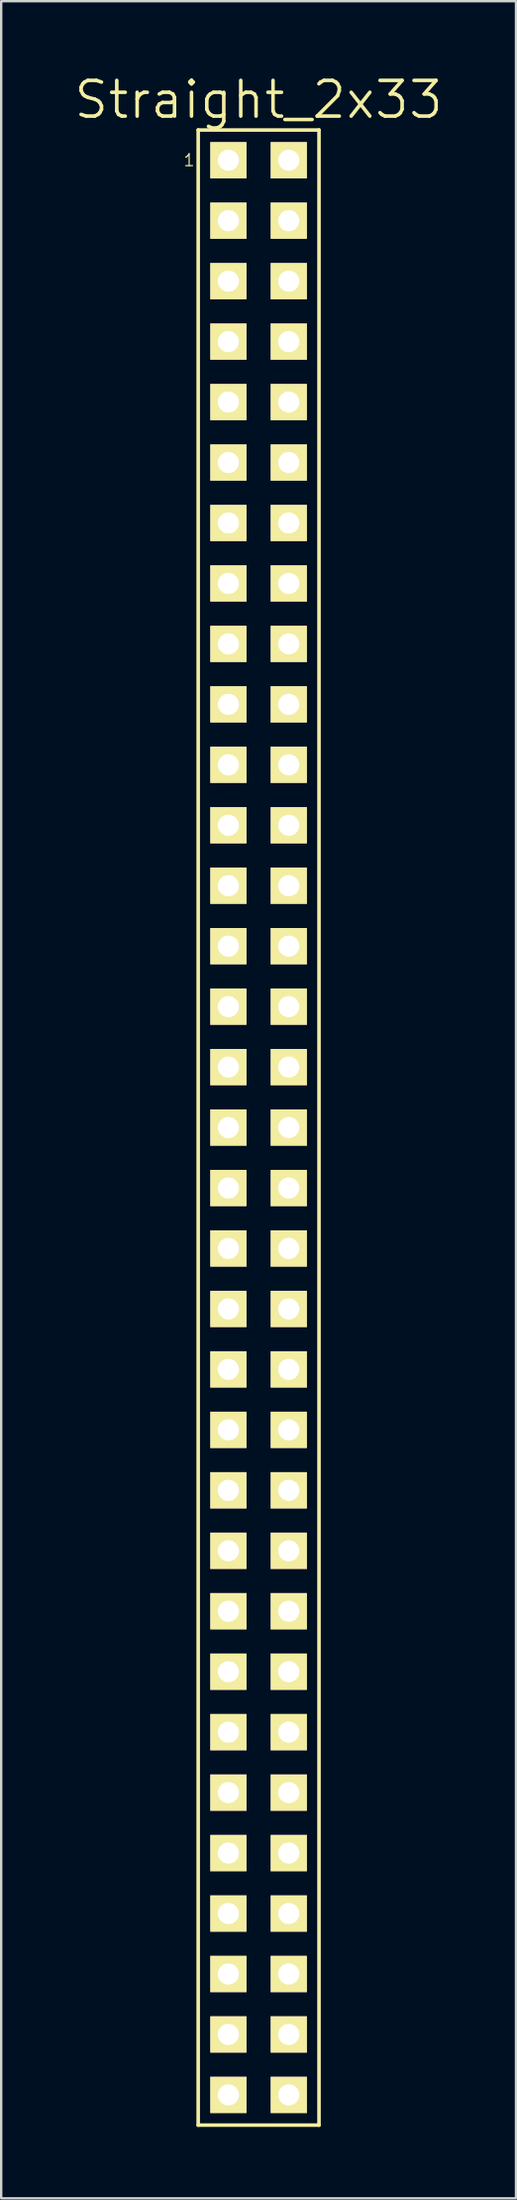
<source format=kicad_pcb>
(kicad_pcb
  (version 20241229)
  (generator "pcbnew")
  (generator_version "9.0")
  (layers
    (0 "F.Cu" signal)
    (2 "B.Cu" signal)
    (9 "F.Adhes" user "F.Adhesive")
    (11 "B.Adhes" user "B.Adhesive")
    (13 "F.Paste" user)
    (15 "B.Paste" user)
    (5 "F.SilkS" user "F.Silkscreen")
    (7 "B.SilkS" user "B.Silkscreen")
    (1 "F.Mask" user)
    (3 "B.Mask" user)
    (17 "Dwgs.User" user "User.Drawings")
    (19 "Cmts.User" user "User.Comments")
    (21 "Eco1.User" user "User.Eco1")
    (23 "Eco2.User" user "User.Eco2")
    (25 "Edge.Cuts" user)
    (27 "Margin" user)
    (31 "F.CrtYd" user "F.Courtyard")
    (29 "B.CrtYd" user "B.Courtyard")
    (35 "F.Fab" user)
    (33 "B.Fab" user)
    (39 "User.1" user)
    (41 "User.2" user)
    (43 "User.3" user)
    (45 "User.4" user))
  (footprint "Straight_2x33"
    (layer "F.Cu")
    (at 7.825 44.321)
    (property "Reference" "Straight_2x33" (at 0 -43.18 0) (layer "F.SilkS") (effects (font (size 1.5 1.5) (thickness 0.15))))
    (attr through_hole)
    (fp_line (start -2.54 -41.91) (end 2.54 -41.91) (stroke (width 0.15) (type solid)) (layer "F.SilkS"))
    (fp_line (start -2.54 41.91) (end -2.54 -41.91) (stroke (width 0.15) (type solid)) (layer "F.SilkS"))
    (fp_line (start 2.54 -41.91) (end 2.54 41.91) (stroke (width 0.15) (type solid)) (layer "F.SilkS"))
    (fp_line (start 2.54 41.91) (end -2.54 41.91) (stroke (width 0.15) (type solid)) (layer "F.SilkS"))
    (fp_text user "1" (at -2.921 -40.64 0) (layer "F.SilkS") (effects (font (size 0.5 0.5) (thickness 0.05))))
    (pad "1" thru_hole rect (at -1.27 -40.64) (size 1.524 1.524) (drill 0.889) (layers "*.Cu" "*.Mask" "F.SilkS"))
    (pad "2" thru_hole rect (at 1.27 -40.64) (size 1.524 1.524) (drill 0.889) (layers "*.Cu" "*.Mask" "F.SilkS"))
    (pad "3" thru_hole rect (at -1.27 -38.1) (size 1.524 1.524) (drill 0.889) (layers "*.Cu" "*.Mask" "F.SilkS"))
    (pad "4" thru_hole rect (at 1.27 -38.1) (size 1.524 1.524) (drill 0.889) (layers "*.Cu" "*.Mask" "F.SilkS"))
    (pad "5" thru_hole rect (at -1.27 -35.56) (size 1.524 1.524) (drill 0.889) (layers "*.Cu" "*.Mask" "F.SilkS"))
    (pad "6" thru_hole rect (at 1.27 -35.56) (size 1.524 1.524) (drill 0.889) (layers "*.Cu" "*.Mask" "F.SilkS"))
    (pad "7" thru_hole rect (at -1.27 -33.02) (size 1.524 1.524) (drill 0.889) (layers "*.Cu" "*.Mask" "F.SilkS"))
    (pad "8" thru_hole rect (at 1.27 -33.02) (size 1.524 1.524) (drill 0.889) (layers "*.Cu" "*.Mask" "F.SilkS"))
    (pad "9" thru_hole rect (at -1.27 -30.48) (size 1.524 1.524) (drill 0.889) (layers "*.Cu" "*.Mask" "F.SilkS"))
    (pad "10" thru_hole rect (at 1.27 -30.48) (size 1.524 1.524) (drill 0.889) (layers "*.Cu" "*.Mask" "F.SilkS"))
    (pad "11" thru_hole rect (at -1.27 -27.94) (size 1.524 1.524) (drill 0.889) (layers "*.Cu" "*.Mask" "F.SilkS"))
    (pad "12" thru_hole rect (at 1.27 -27.94) (size 1.524 1.524) (drill 0.889) (layers "*.Cu" "*.Mask" "F.SilkS"))
    (pad "13" thru_hole rect (at -1.27 -25.4) (size 1.524 1.524) (drill 0.889) (layers "*.Cu" "*.Mask" "F.SilkS"))
    (pad "14" thru_hole rect (at 1.27 -25.4) (size 1.524 1.524) (drill 0.889) (layers "*.Cu" "*.Mask" "F.SilkS"))
    (pad "15" thru_hole rect (at -1.27 -22.86) (size 1.524 1.524) (drill 0.889) (layers "*.Cu" "*.Mask" "F.SilkS"))
    (pad "16" thru_hole rect (at 1.27 -22.86) (size 1.524 1.524) (drill 0.889) (layers "*.Cu" "*.Mask" "F.SilkS"))
    (pad "17" thru_hole rect (at -1.27 -20.32) (size 1.524 1.524) (drill 0.889) (layers "*.Cu" "*.Mask" "F.SilkS"))
    (pad "18" thru_hole rect (at 1.27 -20.32) (size 1.524 1.524) (drill 0.889) (layers "*.Cu" "*.Mask" "F.SilkS"))
    (pad "19" thru_hole rect (at -1.27 -17.78) (size 1.524 1.524) (drill 0.889) (layers "*.Cu" "*.Mask" "F.SilkS"))
    (pad "20" thru_hole rect (at 1.27 -17.78) (size 1.524 1.524) (drill 0.889) (layers "*.Cu" "*.Mask" "F.SilkS"))
    (pad "21" thru_hole rect (at -1.27 -15.24) (size 1.524 1.524) (drill 0.889) (layers "*.Cu" "*.Mask" "F.SilkS"))
    (pad "22" thru_hole rect (at 1.27 -15.24) (size 1.524 1.524) (drill 0.889) (layers "*.Cu" "*.Mask" "F.SilkS"))
    (pad "23" thru_hole rect (at -1.27 -12.7) (size 1.524 1.524) (drill 0.889) (layers "*.Cu" "*.Mask" "F.SilkS"))
    (pad "24" thru_hole rect (at 1.27 -12.7) (size 1.524 1.524) (drill 0.889) (layers "*.Cu" "*.Mask" "F.SilkS"))
    (pad "25" thru_hole rect (at -1.27 -10.16) (size 1.524 1.524) (drill 0.889) (layers "*.Cu" "*.Mask" "F.SilkS"))
    (pad "26" thru_hole rect (at 1.27 -10.16) (size 1.524 1.524) (drill 0.889) (layers "*.Cu" "*.Mask" "F.SilkS"))
    (pad "27" thru_hole rect (at -1.27 -7.62) (size 1.524 1.524) (drill 0.889) (layers "*.Cu" "*.Mask" "F.SilkS"))
    (pad "28" thru_hole rect (at 1.27 -7.62) (size 1.524 1.524) (drill 0.889) (layers "*.Cu" "*.Mask" "F.SilkS"))
    (pad "29" thru_hole rect (at -1.27 -5.08) (size 1.524 1.524) (drill 0.889) (layers "*.Cu" "*.Mask" "F.SilkS"))
    (pad "30" thru_hole rect (at 1.27 -5.08) (size 1.524 1.524) (drill 0.889) (layers "*.Cu" "*.Mask" "F.SilkS"))
    (pad "31" thru_hole rect (at -1.27 -2.54) (size 1.524 1.524) (drill 0.889) (layers "*.Cu" "*.Mask" "F.SilkS"))
    (pad "32" thru_hole rect (at 1.27 -2.54) (size 1.524 1.524) (drill 0.889) (layers "*.Cu" "*.Mask" "F.SilkS"))
    (pad "33" thru_hole rect (at -1.27 0) (size 1.524 1.524) (drill 0.889) (layers "*.Cu" "*.Mask" "F.SilkS"))
    (pad "34" thru_hole rect (at 1.27 0) (size 1.524 1.524) (drill 0.889) (layers "*.Cu" "*.Mask" "F.SilkS"))
    (pad "35" thru_hole rect (at -1.27 2.54) (size 1.524 1.524) (drill 0.889) (layers "*.Cu" "*.Mask" "F.SilkS"))
    (pad "36" thru_hole rect (at 1.27 2.54) (size 1.524 1.524) (drill 0.889) (layers "*.Cu" "*.Mask" "F.SilkS"))
    (pad "37" thru_hole rect (at -1.27 5.08) (size 1.524 1.524) (drill 0.889) (layers "*.Cu" "*.Mask" "F.SilkS"))
    (pad "38" thru_hole rect (at 1.27 5.08) (size 1.524 1.524) (drill 0.889) (layers "*.Cu" "*.Mask" "F.SilkS"))
    (pad "39" thru_hole rect (at -1.27 7.62) (size 1.524 1.524) (drill 0.889) (layers "*.Cu" "*.Mask" "F.SilkS"))
    (pad "40" thru_hole rect (at 1.27 7.62) (size 1.524 1.524) (drill 0.889) (layers "*.Cu" "*.Mask" "F.SilkS"))
    (pad "41" thru_hole rect (at -1.27 10.16) (size 1.524 1.524) (drill 0.889) (layers "*.Cu" "*.Mask" "F.SilkS"))
    (pad "42" thru_hole rect (at 1.27 10.16) (size 1.524 1.524) (drill 0.889) (layers "*.Cu" "*.Mask" "F.SilkS"))
    (pad "43" thru_hole rect (at -1.27 12.7) (size 1.524 1.524) (drill 0.889) (layers "*.Cu" "*.Mask" "F.SilkS"))
    (pad "44" thru_hole rect (at 1.27 12.7) (size 1.524 1.524) (drill 0.889) (layers "*.Cu" "*.Mask" "F.SilkS"))
    (pad "45" thru_hole rect (at -1.27 15.24) (size 1.524 1.524) (drill 0.889) (layers "*.Cu" "*.Mask" "F.SilkS"))
    (pad "46" thru_hole rect (at 1.27 15.24) (size 1.524 1.524) (drill 0.889) (layers "*.Cu" "*.Mask" "F.SilkS"))
    (pad "47" thru_hole rect (at -1.27 17.78) (size 1.524 1.524) (drill 0.889) (layers "*.Cu" "*.Mask" "F.SilkS"))
    (pad "48" thru_hole rect (at 1.27 17.78) (size 1.524 1.524) (drill 0.889) (layers "*.Cu" "*.Mask" "F.SilkS"))
    (pad "49" thru_hole rect (at -1.27 20.32) (size 1.524 1.524) (drill 0.889) (layers "*.Cu" "*.Mask" "F.SilkS"))
    (pad "50" thru_hole rect (at 1.27 20.32) (size 1.524 1.524) (drill 0.889) (layers "*.Cu" "*.Mask" "F.SilkS"))
    (pad "51" thru_hole rect (at -1.27 22.86) (size 1.524 1.524) (drill 0.889) (layers "*.Cu" "*.Mask" "F.SilkS"))
    (pad "52" thru_hole rect (at 1.27 22.86) (size 1.524 1.524) (drill 0.889) (layers "*.Cu" "*.Mask" "F.SilkS"))
    (pad "53" thru_hole rect (at -1.27 25.4) (size 1.524 1.524) (drill 0.889) (layers "*.Cu" "*.Mask" "F.SilkS"))
    (pad "54" thru_hole rect (at 1.27 25.4) (size 1.524 1.524) (drill 0.889) (layers "*.Cu" "*.Mask" "F.SilkS"))
    (pad "55" thru_hole rect (at -1.27 27.94) (size 1.524 1.524) (drill 0.889) (layers "*.Cu" "*.Mask" "F.SilkS"))
    (pad "56" thru_hole rect (at 1.27 27.94) (size 1.524 1.524) (drill 0.889) (layers "*.Cu" "*.Mask" "F.SilkS"))
    (pad "57" thru_hole rect (at -1.27 30.48) (size 1.524 1.524) (drill 0.889) (layers "*.Cu" "*.Mask" "F.SilkS"))
    (pad "58" thru_hole rect (at 1.27 30.48) (size 1.524 1.524) (drill 0.889) (layers "*.Cu" "*.Mask" "F.SilkS"))
    (pad "59" thru_hole rect (at -1.27 33.02) (size 1.524 1.524) (drill 0.889) (layers "*.Cu" "*.Mask" "F.SilkS"))
    (pad "60" thru_hole rect (at 1.27 33.02) (size 1.524 1.524) (drill 0.889) (layers "*.Cu" "*.Mask" "F.SilkS"))
    (pad "61" thru_hole rect (at -1.27 35.56) (size 1.524 1.524) (drill 0.889) (layers "*.Cu" "*.Mask" "F.SilkS"))
    (pad "62" thru_hole rect (at 1.27 35.56) (size 1.524 1.524) (drill 0.889) (layers "*.Cu" "*.Mask" "F.SilkS"))
    (pad "63" thru_hole rect (at -1.27 38.1) (size 1.524 1.524) (drill 0.889) (layers "*.Cu" "*.Mask" "F.SilkS"))
    (pad "64" thru_hole rect (at 1.27 38.1) (size 1.524 1.524) (drill 0.889) (layers "*.Cu" "*.Mask" "F.SilkS"))
    (pad "65" thru_hole rect (at -1.27 40.64) (size 1.524 1.524) (drill 0.889) (layers "*.Cu" "*.Mask" "F.SilkS"))
    (pad "66" thru_hole rect (at 1.27 40.64) (size 1.524 1.524) (drill 0.889) (layers "*.Cu" "*.Mask" "F.SilkS")))
  (gr_rect
    (start -3 -3)
    (end 18.65 89.306)
    (stroke (width 0.1) (type default))
    (fill no)
    (layer "Edge.Cuts")))
</source>
